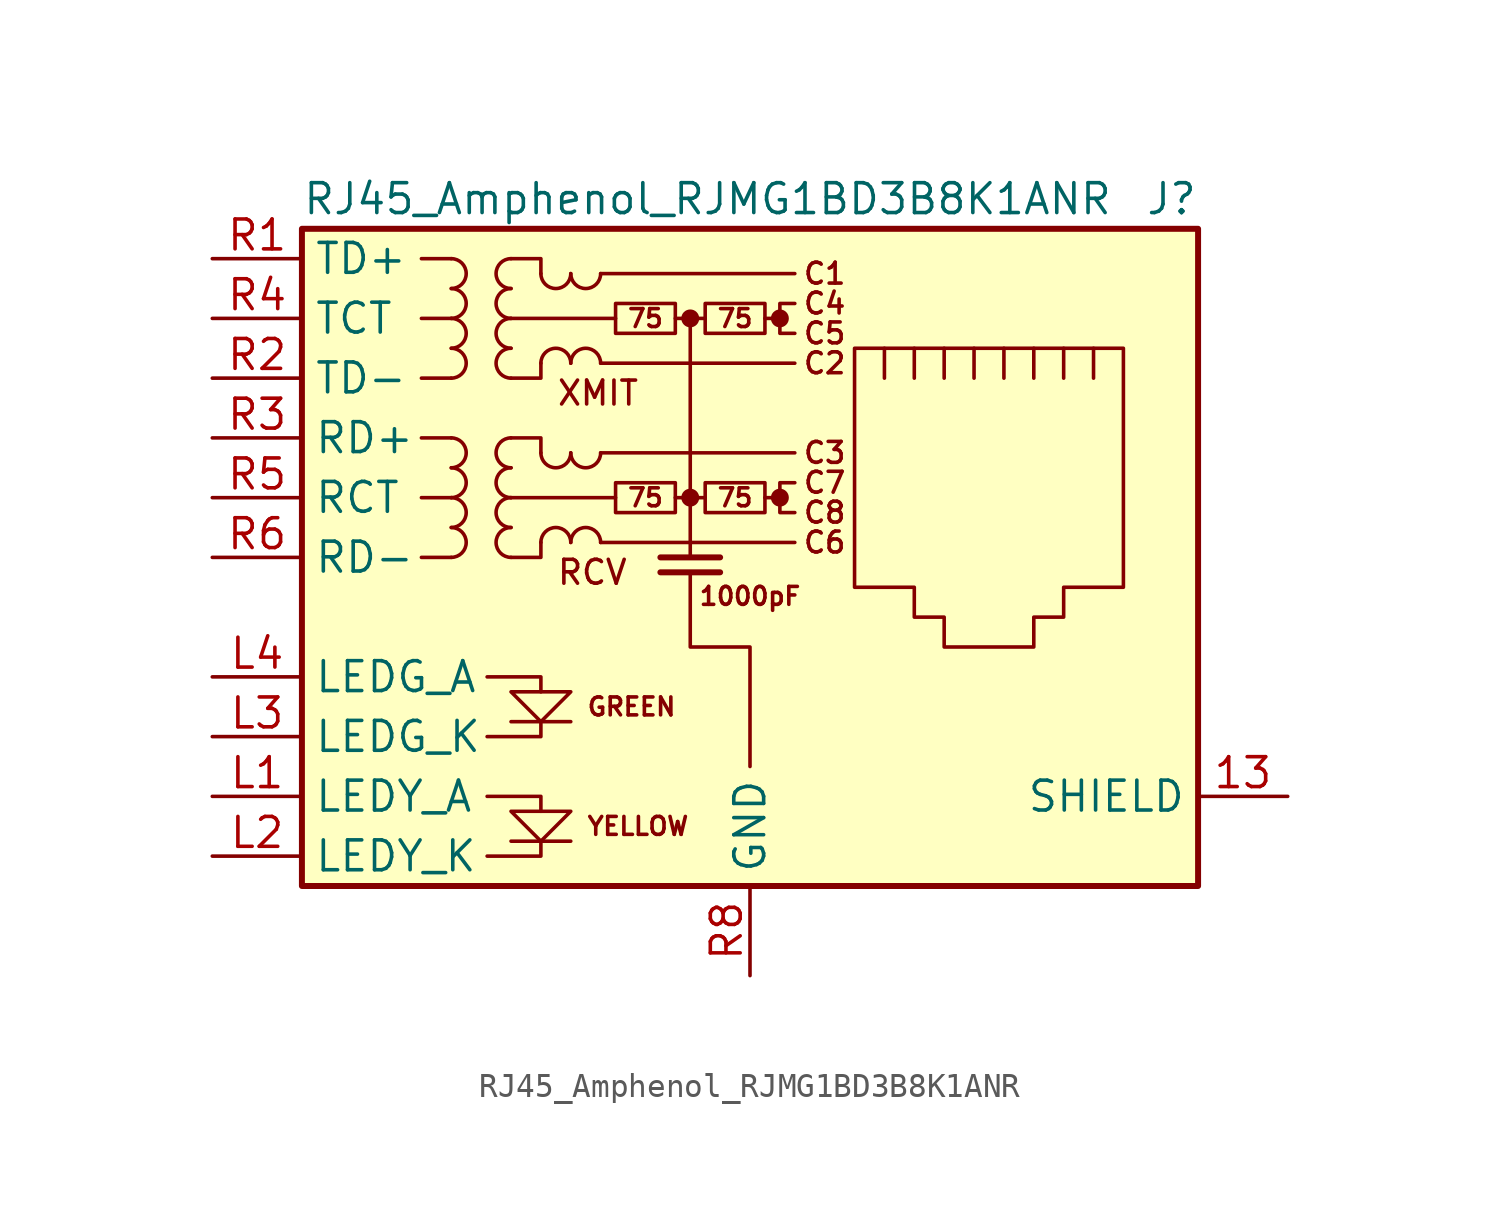
<source format=kicad_sym>
(kicad_symbol_lib
  (version 20201005)
  (generator kicad_symbol_editor)
  (symbol "RJ45_Amphenol_RJMG1BD3B8K1ANR"
    (property "Reference" "J"
      (at 19.05 15.24 0)
      (effects (font (size 1.27 1.27)) (justify right)))
    (property "Value" "RJ45_Amphenol_RJMG1BD3B8K1ANR"
      (at -19.05 15.24 0)
      (effects (font (size 1.27 1.27)) (justify left)))
    (symbol "RJ45_Amphenol_RJMG1BD3B8K1ANR_0_0"
      (circle (center -2.54 2.54) (radius 0.254) (stroke (width 0.254)) (fill (type outline)))
      (circle (center -2.54 10.16) (radius 0.254) (stroke (width 0.254)) (fill (type outline)))
      (circle (center 1.27 2.54) (radius 0.254) (stroke (width 0.254)) (fill (type outline)))
      (circle (center 1.27 10.16) (radius 0.254) (stroke (width 0.254)) (fill (type outline)))
      (text "1000pF" (at 0 -1.651 0) (effects (font (size 0.762 0.762))))
      (text "75" (at -4.445 2.54 0) (effects (font (size 0.762 0.762))))
      (text "75" (at -4.445 10.16 0) (effects (font (size 0.762 0.762))))
      (text "75" (at -0.635 2.54 0) (effects (font (size 0.762 0.762))))
      (text "75" (at -0.635 10.16 0) (effects (font (size 0.762 0.762))))
      (text "C1" (at 3.175 12.065 0) (effects (font (size 0.889 0.889))))
      (text "C2" (at 3.175 8.255 0) (effects (font (size 0.889 0.889))))
      (text "C3" (at 3.175 4.445 0) (effects (font (size 0.889 0.889))))
      (text "C4" (at 3.175 10.795 0) (effects (font (size 0.889 0.889))))
      (text "C5" (at 3.175 9.525 0) (effects (font (size 0.889 0.889))))
      (text "C6" (at 3.175 0.635 0) (effects (font (size 0.889 0.889))))
      (text "C7" (at 3.175 3.175 0) (effects (font (size 0.889 0.889))))
      (text "C8" (at 3.175 1.905 0) (effects (font (size 0.889 0.889))))
      (text "GREEN" (at -6.985 -6.35 0) (effects (font (size 0.762 0.762)) (justify left)))
      (text "RCV" (at -8.255 -0.635 0) (effects (font (size 1.016 1.016)) (justify left)))
      (text "XMIT" (at -8.255 6.985 0) (effects (font (size 1.016 1.016)) (justify left)))
      (text "YELLOW" (at -6.985 -11.43 0) (effects (font (size 0.762 0.762)) (justify left)))
      (polyline (pts (xy -7.62 -12.065) (xy -10.16 -12.065)) (stroke (width 0)) (fill (type none)))
      (polyline (pts (xy -7.62 -6.985) (xy -10.16 -6.985)) (stroke (width 0)) (fill (type none)))
      (polyline (pts (xy -2.54 10.16) (xy -2.54 0)) (stroke (width 0)) (fill (type none)))
      (polyline (pts (xy -1.27 -0.635) (xy -3.81 -0.635)) (stroke (width 0.254)) (fill (type none)))
      (polyline (pts (xy -1.27 0) (xy -3.81 0)) (stroke (width 0.254)) (fill (type none)))
      (polyline (pts (xy 1.27 2.54) (xy 0.635 2.54)) (stroke (width 0)) (fill (type none)))
      (polyline (pts (xy 1.27 10.16) (xy 0.635 10.16)) (stroke (width 0)) (fill (type none)))
      (polyline (pts (xy -11.176 -12.7) (xy -8.89 -12.7) (xy -8.89 -12.065)) (stroke (width 0)) (fill (type none)))
      (polyline (pts (xy -11.176 -10.16) (xy -8.89 -10.16) (xy -8.89 -10.795)) (stroke (width 0)) (fill (type none)))
      (polyline (pts (xy -11.176 -5.08) (xy -8.89 -5.08) (xy -8.89 -5.715)) (stroke (width 0)) (fill (type none)))
      (polyline (pts (xy -8.89 -6.985) (xy -8.89 -7.62) (xy -11.176 -7.62)) (stroke (width 0)) (fill (type none)))
      (polyline (pts (xy -10.16 -5.715) (xy -7.62 -5.715) (xy -8.89 -6.985) (xy -10.16 -5.715)) (stroke (width 0)) (fill (type none)))
      (polyline (pts (xy -7.62 -10.795) (xy -10.16 -10.795) (xy -8.89 -12.065) (xy -7.62 -10.795)) (stroke (width 0)) (fill (type none)))
      (polyline (pts (xy -2.54 -0.635) (xy -2.54 -3.81) (xy 0 -3.81) (xy 0 -8.89)) (stroke (width 0)) (fill (type none)))
      (polyline (pts (xy 1.905 3.175) (xy 1.27 3.175) (xy 1.27 1.905) (xy 1.905 1.905)) (stroke (width 0)) (fill (type none)))
      (polyline (pts (xy 1.905 10.795) (xy 1.27 10.795) (xy 1.27 9.525) (xy 1.905 9.525)) (stroke (width 0)) (fill (type none))))
    (symbol "RJ45_Amphenol_RJMG1BD3B8K1ANR_0_1"
      (arc (start -12.7 0) (end -12.7 1.27) (radius (at -12.7 0.635) (length 0.635) (angles -89.9 89.9)) (stroke (width 0)) (fill (type none)))
      (arc (start -12.7 1.27) (end -12.7 2.54) (radius (at -12.7 1.905) (length 0.635) (angles -89.9 89.9)) (stroke (width 0)) (fill (type none)))
      (arc (start -12.7 2.54) (end -12.7 3.81) (radius (at -12.7 3.175) (length 0.635) (angles -89.9 89.9)) (stroke (width 0)) (fill (type none)))
      (arc (start -12.7 3.81) (end -12.7 5.08) (radius (at -12.7 4.445) (length 0.635) (angles -89.9 89.9)) (stroke (width 0)) (fill (type none)))
      (arc (start -12.7 7.62) (end -12.7 8.89) (radius (at -12.7 8.255) (length 0.635) (angles -89.9 89.9)) (stroke (width 0)) (fill (type none)))
      (arc (start -12.7 8.89) (end -12.7 10.16) (radius (at -12.7 9.525) (length 0.635) (angles -89.9 89.9)) (stroke (width 0)) (fill (type none)))
      (arc (start -12.7 10.16) (end -12.7 11.43) (radius (at -12.7 10.795) (length 0.635) (angles -89.9 89.9)) (stroke (width 0)) (fill (type none)))
      (arc (start -12.7 11.43) (end -12.7 12.7) (radius (at -12.7 12.065) (length 0.635) (angles -89.9 89.9)) (stroke (width 0)) (fill (type none)))
      (arc (start -10.16 1.27) (end -10.16 0) (radius (at -10.16 0.635) (length 0.635) (angles 90.1 -90.1)) (stroke (width 0)) (fill (type none)))
      (arc (start -10.16 2.54) (end -10.16 1.27) (radius (at -10.16 1.905) (length 0.635) (angles 90.1 -90.1)) (stroke (width 0)) (fill (type none)))
      (arc (start -10.16 3.81) (end -10.16 2.54) (radius (at -10.16 3.175) (length 0.635) (angles 90.1 -90.1)) (stroke (width 0)) (fill (type none)))
      (arc (start -10.16 5.08) (end -10.16 3.81) (radius (at -10.16 4.445) (length 0.635) (angles 90.1 -90.1)) (stroke (width 0)) (fill (type none)))
      (arc (start -10.16 8.89) (end -10.16 7.62) (radius (at -10.16 8.255) (length 0.635) (angles 90.1 -90.1)) (stroke (width 0)) (fill (type none)))
      (arc (start -10.16 10.16) (end -10.16 8.89) (radius (at -10.16 9.525) (length 0.635) (angles 90.1 -90.1)) (stroke (width 0)) (fill (type none)))
      (arc (start -10.16 11.43) (end -10.16 10.16) (radius (at -10.16 10.795) (length 0.635) (angles 90.1 -90.1)) (stroke (width 0)) (fill (type none)))
      (arc (start -10.16 12.7) (end -10.16 11.43) (radius (at -10.16 12.065) (length 0.635) (angles 90.1 -90.1)) (stroke (width 0)) (fill (type none)))
      (arc (start -7.62 0.635) (end -8.89 0.635) (radius (at -8.255 0.635) (length 0.635) (angles 0.1 179.9)) (stroke (width 0)) (fill (type none)))
      (arc (start -8.89 4.445) (end -7.62 4.445) (radius (at -8.255 4.445) (length 0.635) (angles -179.9 -0.1)) (stroke (width 0)) (fill (type none)))
      (arc (start -7.62 8.255) (end -8.89 8.255) (radius (at -8.255 8.255) (length 0.635) (angles 0.1 179.9)) (stroke (width 0)) (fill (type none)))
      (arc (start -8.89 12.065) (end -7.62 12.065) (radius (at -8.255 12.065) (length 0.635) (angles -179.9 -0.1)) (stroke (width 0)) (fill (type none)))
      (arc (start -6.35 0.635) (end -7.62 0.635) (radius (at -6.985 0.635) (length 0.635) (angles 0.1 179.9)) (stroke (width 0)) (fill (type none)))
      (arc (start -7.62 4.445) (end -6.35 4.445) (radius (at -6.985 4.445) (length 0.635) (angles -179.9 -0.1)) (stroke (width 0)) (fill (type none)))
      (arc (start -6.35 8.255) (end -7.62 8.255) (radius (at -6.985 8.255) (length 0.635) (angles 0.1 179.9)) (stroke (width 0)) (fill (type none)))
      (arc (start -7.62 12.065) (end -6.35 12.065) (radius (at -6.985 12.065) (length 0.635) (angles -179.9 -0.1)) (stroke (width 0)) (fill (type none)))
      (rectangle (start -19.05 -13.97) (end 19.05 13.97) (stroke (width 0.254)) (fill (type background)))
      (rectangle (start -5.715 3.175) (end -3.175 1.905) (stroke (width 0)) (fill (type none)))
      (rectangle (start -5.715 10.795) (end -3.175 9.525) (stroke (width 0)) (fill (type none)))
      (rectangle (start -1.905 3.175) (end 0.635 1.905) (stroke (width 0)) (fill (type none)))
      (rectangle (start -1.905 10.795) (end 0.635 9.525) (stroke (width 0)) (fill (type none)))
      (polyline (pts (xy -12.7 0) (xy -13.97 0)) (stroke (width 0)) (fill (type none)))
      (polyline (pts (xy -12.7 2.54) (xy -13.97 2.54)) (stroke (width 0)) (fill (type none)))
      (polyline (pts (xy -12.7 5.08) (xy -13.97 5.08)) (stroke (width 0)) (fill (type none)))
      (polyline (pts (xy -12.7 7.62) (xy -13.97 7.62)) (stroke (width 0)) (fill (type none)))
      (polyline (pts (xy -12.7 10.16) (xy -13.97 10.16)) (stroke (width 0)) (fill (type none)))
      (polyline (pts (xy -12.7 12.7) (xy -13.97 12.7)) (stroke (width 0)) (fill (type none)))
      (polyline (pts (xy -6.35 0.635) (xy 1.905 0.635)) (stroke (width 0)) (fill (type none)))
      (polyline (pts (xy -6.35 4.445) (xy 1.905 4.445)) (stroke (width 0)) (fill (type none)))
      (polyline (pts (xy -6.35 8.255) (xy 1.905 8.255)) (stroke (width 0)) (fill (type none)))
      (polyline (pts (xy -6.35 12.065) (xy 1.905 12.065)) (stroke (width 0)) (fill (type none)))
      (polyline (pts (xy -5.715 2.54) (xy -10.16 2.54)) (stroke (width 0)) (fill (type none)))
      (polyline (pts (xy -5.715 10.16) (xy -10.16 10.16)) (stroke (width 0)) (fill (type none)))
      (polyline (pts (xy -3.175 2.54) (xy -1.905 2.54)) (stroke (width 0)) (fill (type none)))
      (polyline (pts (xy -3.175 10.16) (xy -1.905 10.16)) (stroke (width 0)) (fill (type none)))
      (polyline (pts (xy 5.715 7.62) (xy 5.715 8.89)) (stroke (width 0)) (fill (type none)))
      (polyline (pts (xy 6.985 8.89) (xy 6.985 7.62)) (stroke (width 0)) (fill (type none)))
      (polyline (pts (xy 8.255 8.89) (xy 8.255 7.62)) (stroke (width 0)) (fill (type none)))
      (polyline (pts (xy 9.525 8.89) (xy 9.525 7.62)) (stroke (width 0)) (fill (type none)))
      (polyline (pts (xy 10.795 8.89) (xy 10.795 7.62)) (stroke (width 0)) (fill (type none)))
      (polyline (pts (xy 12.065 8.89) (xy 12.065 7.62)) (stroke (width 0)) (fill (type none)))
      (polyline (pts (xy 13.335 7.62) (xy 13.335 8.89)) (stroke (width 0)) (fill (type none)))
      (polyline (pts (xy 14.605 7.62) (xy 14.605 8.89)) (stroke (width 0)) (fill (type none)))
      (polyline (pts (xy -10.16 5.08) (xy -8.89 5.08) (xy -8.89 4.445)) (stroke (width 0)) (fill (type none)))
      (polyline (pts (xy -10.16 12.7) (xy -8.89 12.7) (xy -8.89 12.065)) (stroke (width 0)) (fill (type none)))
      (polyline (pts (xy -8.89 0.635) (xy -8.89 0) (xy -10.16 0)) (stroke (width 0)) (fill (type none)))
      (polyline (pts (xy -8.89 8.255) (xy -8.89 7.62) (xy -10.16 7.62)) (stroke (width 0)) (fill (type none)))
      (polyline (pts (xy 4.445 8.89) (xy 15.875 8.89) (xy 15.875 -1.27) (xy 13.335 -1.27) (xy 13.335 -2.54) (xy 12.065 -2.54) (xy 12.065 -3.81) (xy 8.255 -3.81) (xy 8.255 -2.54) (xy 6.985 -2.54) (xy 6.985 -1.27) (xy 4.445 -1.27) (xy 4.445 8.89)) (stroke (width 0)) (fill (type none))))
    (symbol "RJ45_Amphenol_RJMG1BD3B8K1ANR_1_1"
      (pin passive line (at 22.86 -10.16 180) (length 3.81) (name "SHIELD" (effects (font (size 1.27 1.27)))) (number "13" (effects (font (size 1.27 1.27)))))
      (pin passive line (at -22.86 -10.16 0) (length 3.81) (name "LEDY_A" (effects (font (size 1.27 1.27)))) (number "L1" (effects (font (size 1.27 1.27)))))
      (pin passive line (at -22.86 -12.7 0) (length 3.81) (name "LEDY_K" (effects (font (size 1.27 1.27)))) (number "L2" (effects (font (size 1.27 1.27)))))
      (pin passive line (at -22.86 -7.62 0) (length 3.81) (name "LEDG_K" (effects (font (size 1.27 1.27)))) (number "L3" (effects (font (size 1.27 1.27)))))
      (pin passive line (at -22.86 -5.08 0) (length 3.81) (name "LEDG_A" (effects (font (size 1.27 1.27)))) (number "L4" (effects (font (size 1.27 1.27)))))
      (pin passive line (at -22.86 12.7 0) (length 3.81) (name "TD+" (effects (font (size 1.27 1.27)))) (number "R1" (effects (font (size 1.27 1.27)))))
      (pin passive line (at -22.86 7.62 0) (length 3.81) (name "TD-" (effects (font (size 1.27 1.27)))) (number "R2" (effects (font (size 1.27 1.27)))))
      (pin passive line (at -22.86 5.08 0) (length 3.81) (name "RD+" (effects (font (size 1.27 1.27)))) (number "R3" (effects (font (size 1.27 1.27)))))
      (pin passive line (at -22.86 10.16 0) (length 3.81) (name "TCT" (effects (font (size 1.27 1.27)))) (number "R4" (effects (font (size 1.27 1.27)))))
      (pin passive line (at -22.86 2.54 0) (length 3.81) (name "RCT" (effects (font (size 1.27 1.27)))) (number "R5" (effects (font (size 1.27 1.27)))))
      (pin passive line (at -22.86 0 0) (length 3.81) (name "RD-" (effects (font (size 1.27 1.27)))) (number "R6" (effects (font (size 1.27 1.27)))))
      (pin no_connect line (at 5.08 -5.08 0) (length 0) hide (name "NC" (effects (font (size 1.27 1.27)))) (number "R7" (effects (font (size 1.27 1.27)))))
      (pin power_in line (at 0 -17.78 90) (length 3.81) (name "GND" (effects (font (size 1.27 1.27)))) (number "R8" (effects (font (size 1.27 1.27))))))))
</source>
